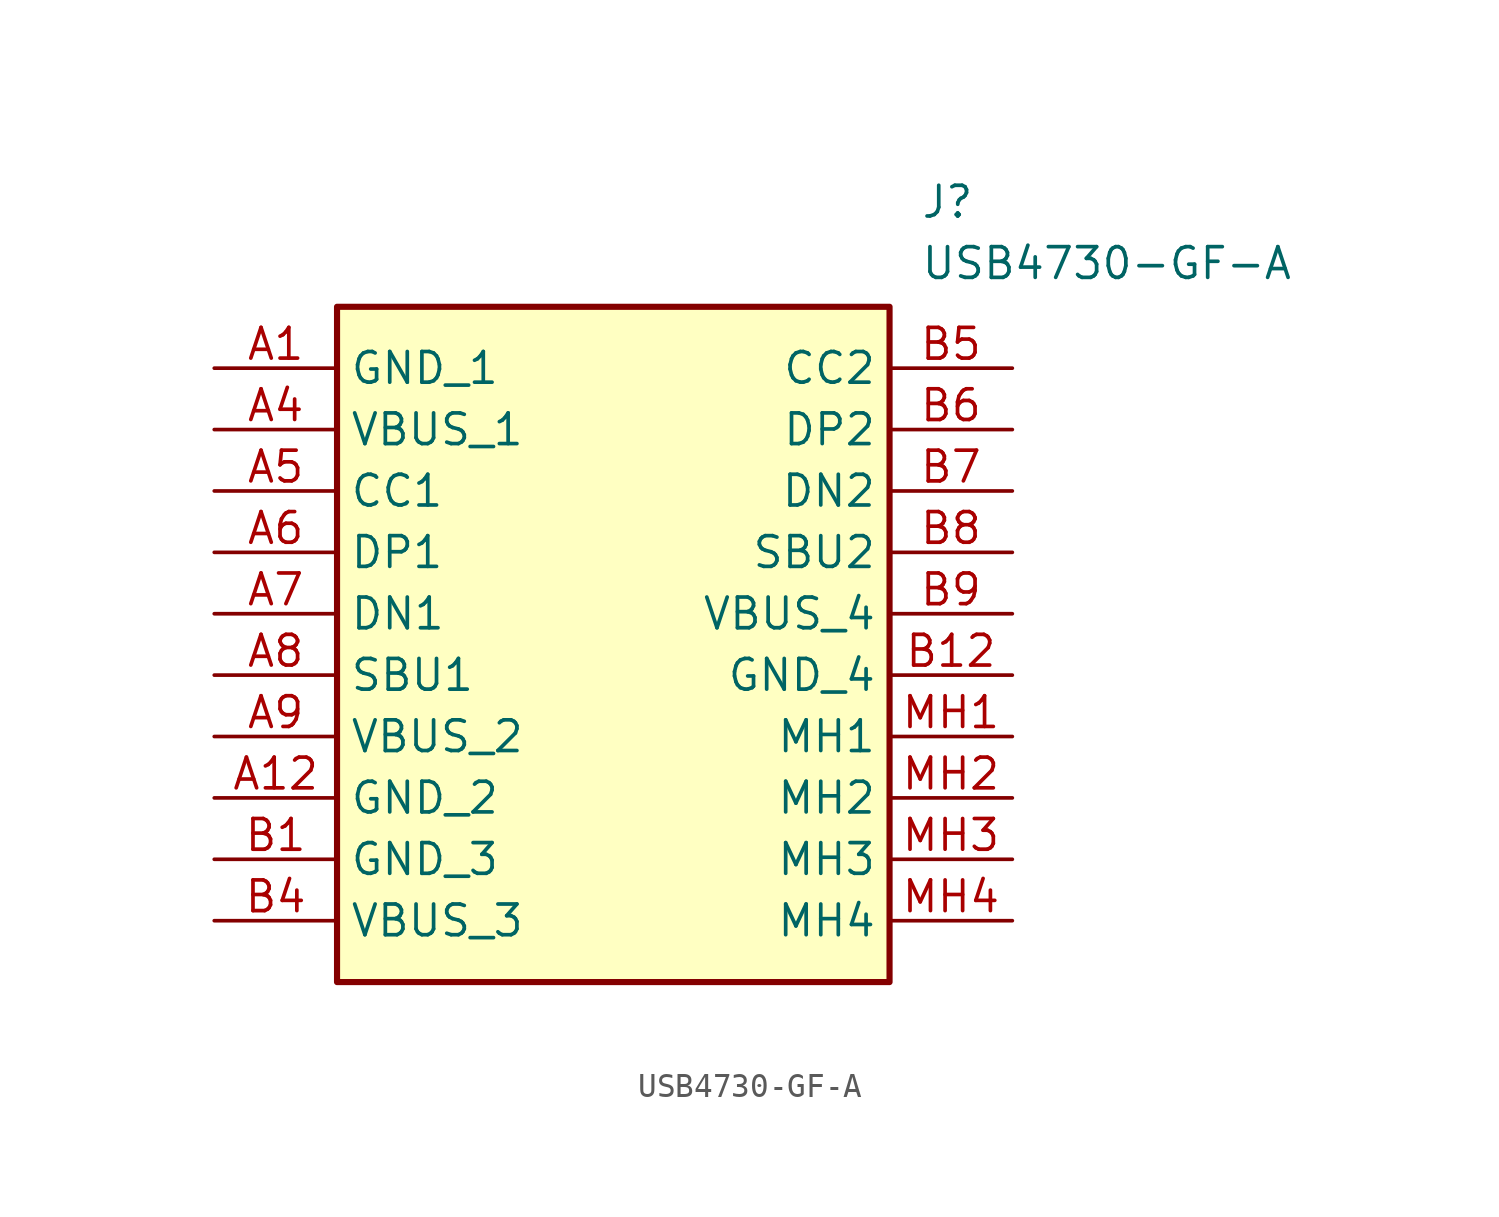
<source format=kicad_sym>
(kicad_symbol_lib
  (version 20211014)
  (generator SamacSys_ECAD_Model)
  (symbol "USB4730-GF-A"
    (property "Reference" "J"
      (at 29.21 7.62 0)
      (effects (font (size 1.27 1.27)) (justify left top)))
    (property "Value" "USB4730-GF-A"
      (at 29.21 5.08 0)
      (effects (font (size 1.27 1.27)) (justify left top)))
    (rectangle
      (start 5.08 2.54)
      (end 27.94 -25.4)
      (stroke (width 0.254) (type default))
      (fill (type background)))
    (pin passive line
      (at 0 0 0)
      (length 5.08)
      (name "GND_1" (effects (font (size 1.27 1.27))))
      (number "A1" (effects (font (size 1.27 1.27)))))
    (pin passive line
      (at 0 -2.54 0)
      (length 5.08)
      (name "VBUS_1" (effects (font (size 1.27 1.27))))
      (number "A4" (effects (font (size 1.27 1.27)))))
    (pin passive line
      (at 0 -5.08 0)
      (length 5.08)
      (name "CC1" (effects (font (size 1.27 1.27))))
      (number "A5" (effects (font (size 1.27 1.27)))))
    (pin passive line
      (at 0 -7.62 0)
      (length 5.08)
      (name "DP1" (effects (font (size 1.27 1.27))))
      (number "A6" (effects (font (size 1.27 1.27)))))
    (pin passive line
      (at 0 -10.16 0)
      (length 5.08)
      (name "DN1" (effects (font (size 1.27 1.27))))
      (number "A7" (effects (font (size 1.27 1.27)))))
    (pin passive line
      (at 0 -12.7 0)
      (length 5.08)
      (name "SBU1" (effects (font (size 1.27 1.27))))
      (number "A8" (effects (font (size 1.27 1.27)))))
    (pin passive line
      (at 0 -15.24 0)
      (length 5.08)
      (name "VBUS_2" (effects (font (size 1.27 1.27))))
      (number "A9" (effects (font (size 1.27 1.27)))))
    (pin passive line
      (at 0 -17.78 0)
      (length 5.08)
      (name "GND_2" (effects (font (size 1.27 1.27))))
      (number "A12" (effects (font (size 1.27 1.27)))))
    (pin passive line
      (at 0 -20.32 0)
      (length 5.08)
      (name "GND_3" (effects (font (size 1.27 1.27))))
      (number "B1" (effects (font (size 1.27 1.27)))))
    (pin passive line
      (at 0 -22.86 0)
      (length 5.08)
      (name "VBUS_3" (effects (font (size 1.27 1.27))))
      (number "B4" (effects (font (size 1.27 1.27)))))
    (pin passive line
      (at 33.02 0 180)
      (length 5.08)
      (name "CC2" (effects (font (size 1.27 1.27))))
      (number "B5" (effects (font (size 1.27 1.27)))))
    (pin passive line
      (at 33.02 -2.54 180)
      (length 5.08)
      (name "DP2" (effects (font (size 1.27 1.27))))
      (number "B6" (effects (font (size 1.27 1.27)))))
    (pin passive line
      (at 33.02 -5.08 180)
      (length 5.08)
      (name "DN2" (effects (font (size 1.27 1.27))))
      (number "B7" (effects (font (size 1.27 1.27)))))
    (pin passive line
      (at 33.02 -7.62 180)
      (length 5.08)
      (name "SBU2" (effects (font (size 1.27 1.27))))
      (number "B8" (effects (font (size 1.27 1.27)))))
    (pin passive line
      (at 33.02 -10.16 180)
      (length 5.08)
      (name "VBUS_4" (effects (font (size 1.27 1.27))))
      (number "B9" (effects (font (size 1.27 1.27)))))
    (pin passive line
      (at 33.02 -12.7 180)
      (length 5.08)
      (name "GND_4" (effects (font (size 1.27 1.27))))
      (number "B12" (effects (font (size 1.27 1.27)))))
    (pin passive line
      (at 33.02 -15.24 180)
      (length 5.08)
      (name "MH1" (effects (font (size 1.27 1.27))))
      (number "MH1" (effects (font (size 1.27 1.27)))))
    (pin passive line
      (at 33.02 -17.78 180)
      (length 5.08)
      (name "MH2" (effects (font (size 1.27 1.27))))
      (number "MH2" (effects (font (size 1.27 1.27)))))
    (pin passive line
      (at 33.02 -20.32 180)
      (length 5.08)
      (name "MH3" (effects (font (size 1.27 1.27))))
      (number "MH3" (effects (font (size 1.27 1.27)))))
    (pin passive line
      (at 33.02 -22.86 180)
      (length 5.08)
      (name "MH4" (effects (font (size 1.27 1.27))))
      (number "MH4" (effects (font (size 1.27 1.27)))))))
</source>
